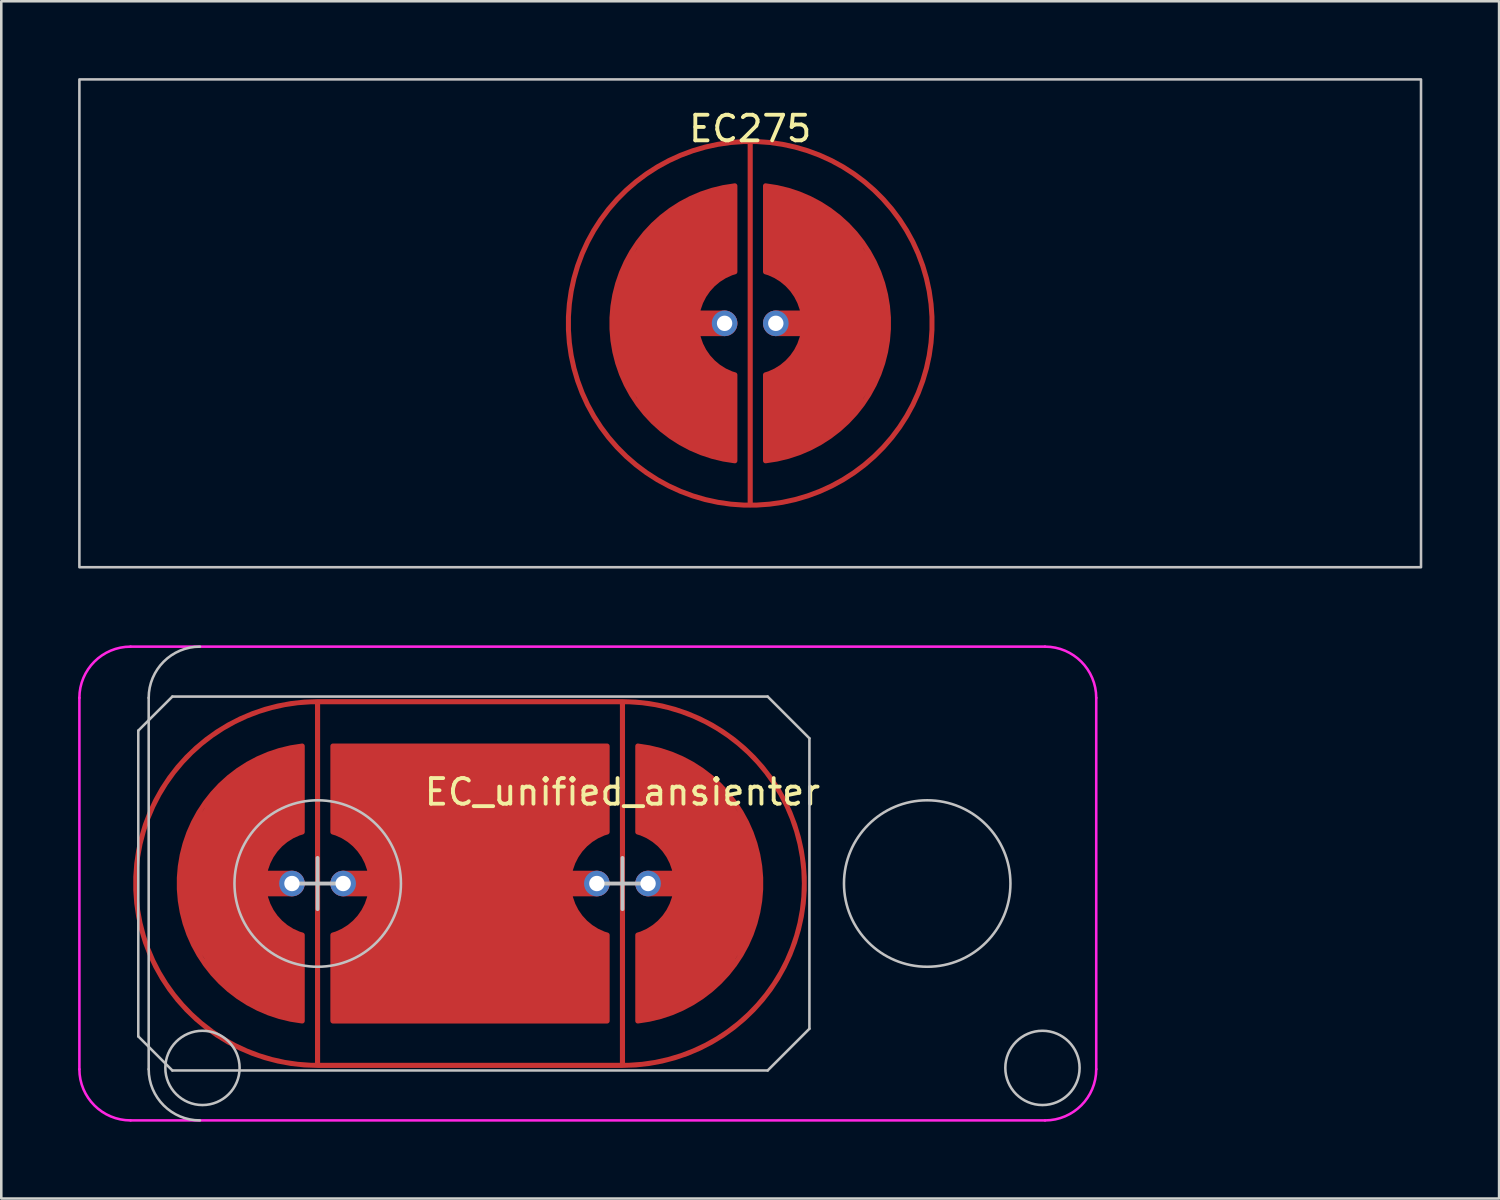
<source format=kicad_pcb>
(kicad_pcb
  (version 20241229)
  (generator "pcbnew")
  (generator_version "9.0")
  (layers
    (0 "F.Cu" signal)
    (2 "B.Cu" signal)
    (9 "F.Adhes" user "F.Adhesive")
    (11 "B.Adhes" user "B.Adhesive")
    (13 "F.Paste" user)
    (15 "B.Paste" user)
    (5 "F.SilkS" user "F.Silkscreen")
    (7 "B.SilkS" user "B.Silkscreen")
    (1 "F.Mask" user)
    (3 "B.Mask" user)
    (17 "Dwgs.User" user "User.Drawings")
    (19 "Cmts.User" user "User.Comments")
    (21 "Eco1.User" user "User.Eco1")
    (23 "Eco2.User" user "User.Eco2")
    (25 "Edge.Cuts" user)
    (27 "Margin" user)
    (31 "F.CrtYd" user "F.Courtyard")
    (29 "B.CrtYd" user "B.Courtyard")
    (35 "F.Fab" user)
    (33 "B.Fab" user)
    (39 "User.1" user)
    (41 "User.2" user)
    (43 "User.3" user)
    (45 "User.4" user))
  (footprint "EC275"
    (layer "F.Cu")
    (at 26.244 9.575)
    (property "Reference" "EC275" (at 0 -7.6 0) (layer "F.SilkS") (effects (font (size 1 1) (thickness 0.15))))
    (attr through_hole exclude_from_pos_files exclude_from_bom)
    (fp_rect (start -26.194 -9.525) (end 26.194 9.525) (stroke (width 0.1) (type solid)) (fill no) (layer "Dwgs.User"))
    (pad "" smd circle (at -1 0) (size 0.55 0.55) (layers "F.Mask"))
    (pad "" smd circle (at 1 0) (size 0.55 0.55) (layers "F.Mask"))
    (pad "1" smd custom (at 0 0 90) (size 0.2 0.2) (layers "F.Cu") (options (anchor circle)) (primitives (gr_line (start 7.1 0) (end -7.1 0) (width 0.2)) (gr_circle (center 0 0) (end 7.1 0) (width 0.2) (fill no))))
    (pad "2" smd custom (at -4.1 0) (size 0.2 0.2) (layers "F.Cu") (options (anchor circle)) (primitives (gr_poly (pts (xy 3.1 5.3) (xy 2.1 5) (xy 1.1 4.5) (xy 0.1 3.6) (xy -0.9 2) (xy -1.2 1) (xy -1.3 0) (xy -1.2 -1) (xy -0.9 -2) (xy 0.1 -3.6) (xy 1.1 -4.5) (xy 2.1 -5) (xy 3.1 -5.3) (xy 3.5 -5.367) (xy 3.5 -2.012) (xy 3.1 -1.8) (xy 2.2 -1) (xy 2 0) (xy 2.2 1) (xy 3.1 1.8) (xy 3.5 2.012) (xy 3.5 5.367)) (width 0) (fill yes)) (gr_line (start 3.1 0) (end 0.6 0) (width 1)) (gr_line (start 3.5 2.012) (end 3.5 5.367) (width 0.2)) (gr_line (start 3.5 -2.012) (end 3.5 -5.367) (width 0.2)) (gr_arc (start 3.5 5.366562) (mid -1.299999 0.001944) (end 3.496136 -5.366129) (width 0.2)) (gr_arc (start 3.5 2.01246) (mid 2.000002 0.001775) (end 3.496598 -2.011443) (width 0.2))))
    (pad "2" thru_hole circle (at -1 0) (size 1 1) (drill 0.6) (layers "*.Cu" "B.Mask"))
    (pad "3" thru_hole circle (at 1 0) (size 1 1) (drill 0.6) (layers "*.Cu" "B.Mask"))
    (pad "3" smd custom (at 4.1 0) (size 0.2 0.2) (layers "F.Cu") (options (anchor circle)) (primitives (gr_poly (pts (xy -3.1 -5.3) (xy -2.1 -5) (xy -1.1 -4.5) (xy -0.1 -3.6) (xy 0.9 -2) (xy 1.2 -1) (xy 1.3 0) (xy 1.2 1) (xy 0.9 2) (xy -0.1 3.6) (xy -1.1 4.5) (xy -2.1 5) (xy -3.5 5.367) (xy -3.5 2.012) (xy -3.1 1.8) (xy -2.2 1) (xy -2 0) (xy -2.2 -1) (xy -3.1 -1.8) (xy -3.5 -2.012) (xy -3.5 -5.367)) (width 0) (fill yes)) (gr_line (start -3.5 -2.012) (end -3.5 -5.367) (width 0.2)) (gr_arc (start -3.5 -2.01246) (mid -2.000002 -0.001775) (end -3.496598 2.011443) (width 0.2)) (gr_arc (start -3.5 -5.366562) (mid 1.299999 -0.001944) (end -3.496136 5.366129) (width 0.2)) (gr_line (start -3.5 2.012) (end -3.5 5.367) (width 0.2)) (gr_line (start -0.6 0) (end -3.1 0) (width 1))))
    (zone (net_name "") (layers "F.Cu" "B.Cu") (hatch edge 0.508) (connect_pads) (min_thickness 0.254) (filled_areas_thickness no) (keepout (tracks allowed) (vias allowed) (pads allowed) (copperpour not_allowed) (footprints allowed)) (placement (enabled no)) (fill) (polygon (pts (xy 27.244 2.575) (xy 28.244 2.775) (xy 29.244 3.175) (xy 30.244 3.675) (xy 31.244 4.575) (xy 32.144 5.575) (xy 32.644 6.575) (xy 33.044 7.575) (xy 33.244 8.575) (xy 33.344 9.575) (xy 33.244 10.575) (xy 33.044 11.575) (xy 32.644 12.575) (xy 32.244 13.375) (xy 31.244 14.675) (xy 30.244 15.475) (xy 29.244 16.075) (xy 28.244 16.375) (xy 27.244 16.575) (xy 26.244 16.675) (xy 25.244 16.575) (xy 24.244 16.375) (xy 23.244 15.975) (xy 22.244 15.475) (xy 21.244 14.575) (xy 20.344 13.575) (xy 19.844 12.575) (xy 19.444 11.575) (xy 19.244 10.575) (xy 19.144 9.575) (xy 19.244 8.575) (xy 19.444 7.675) (xy 19.844 6.575) (xy 20.344 5.575) (xy 21.144 4.575) (xy 22.244 3.675) (xy 23.244 3.175) (xy 24.244 2.775) (xy 25.244 2.575) (xy 26.244 2.475)))))
  (footprint "EC_unified_ansienter"
    (layer "F.Cu")
    (at 21.256 31.45)
    (property "Reference" "EC_unified_ansienter" (at 0 -3.572 0) (layer "F.SilkS") (effects (font (size 1 1) (thickness 0.15))))
    (attr through_hole)
    (fp_line (start -18.906 5.97) (end -18.906 -5.97) (stroke (width 0.1) (type solid)) (layer "Dwgs.User"))
    (fp_line (start -18.5 -7.25) (end -18.5 7.25) (stroke (width 0.1) (type solid)) (layer "Dwgs.User"))
    (fp_line (start -17.576 -7.3) (end -18.906 -5.97) (stroke (width 0.1) (type solid)) (layer "Dwgs.User"))
    (fp_line (start -17.576 -7.3) (end 5.67 -7.3) (stroke (width 0.1) (type solid)) (layer "Dwgs.User"))
    (fp_line (start -17.576 7.3) (end -18.906 5.97) (stroke (width 0.1) (type solid)) (layer "Dwgs.User"))
    (fp_line (start -11.906 -1) (end -11.906 1) (stroke (width 0.15) (type default)) (layer "Dwgs.User"))
    (fp_line (start -10.906 0) (end -12.906 0) (stroke (width 0.15) (type default)) (layer "Dwgs.User"))
    (fp_line (start 0 -1) (end 0 1) (stroke (width 0.15) (type default)) (layer "Dwgs.User"))
    (fp_line (start 1 0) (end -1 0) (stroke (width 0.15) (type default)) (layer "Dwgs.User"))
    (fp_line (start 5.67 -7.3) (end 7.3 -5.67) (stroke (width 0.1) (type solid)) (layer "Dwgs.User"))
    (fp_line (start 5.67 7.3) (end -17.576 7.3) (stroke (width 0.1) (type solid)) (layer "Dwgs.User"))
    (fp_line (start 7.3 -5.67) (end 7.3 5.67) (stroke (width 0.1) (type solid)) (layer "Dwgs.User"))
    (fp_line (start 7.3 5.67) (end 5.67 7.3) (stroke (width 0.1) (type solid)) (layer "Dwgs.User"))
    (fp_arc (start -18.5 -7.25) (mid -17.914214 -8.664214) (end -16.5 -9.25) (stroke (width 0.1) (type solid)) (layer "Dwgs.User"))
    (fp_arc (start -16.5 9.25) (mid -17.914214 8.664214) (end -18.5 7.25) (stroke (width 0.1) (type solid)) (layer "Dwgs.User"))
    (fp_circle (center -16.4 7.2) (end -14.95 7.2) (stroke (width 0.1) (type solid)) (fill no) (layer "Dwgs.User"))
    (fp_circle (center -11.9 0) (end -8.65 0) (stroke (width 0.1) (type solid)) (fill no) (layer "Dwgs.User"))
    (fp_circle (center 11.9 0) (end 15.15 0) (stroke (width 0.1) (type solid)) (fill no) (layer "Dwgs.User"))
    (fp_circle (center 16.4 7.2) (end 17.85 7.2) (stroke (width 0.1) (type solid)) (fill no) (layer "Dwgs.User"))
    (fp_line (start -21.206 7.25) (end -21.206 -7.25) (stroke (width 0.1) (type solid)) (layer "F.CrtYd"))
    (fp_line (start -19.206 -9.25) (end 16.5 -9.25) (stroke (width 0.1) (type solid)) (layer "F.CrtYd"))
    (fp_line (start -19.206 9.25) (end 16.5 9.25) (stroke (width 0.1) (type solid)) (layer "F.CrtYd"))
    (fp_line (start 18.5 -7.25) (end 18.5 7.25) (stroke (width 0.1) (type solid)) (layer "F.CrtYd"))
    (fp_arc (start -21.20625 -7.25) (mid -20.620464 -8.664214) (end -19.20625 -9.25) (stroke (width 0.1) (type solid)) (layer "F.CrtYd"))
    (fp_arc (start -19.20625 9.25) (mid -20.620464 8.664214) (end -21.20625 7.25) (stroke (width 0.1) (type solid)) (layer "F.CrtYd"))
    (fp_arc (start 16.5 -9.25) (mid 17.914214 -8.664214) (end 18.5 -7.25) (stroke (width 0.1) (type solid)) (layer "F.CrtYd"))
    (fp_arc (start 18.5 7.25) (mid 17.914214 8.664214) (end 16.5 9.25) (stroke (width 0.1) (type solid)) (layer "F.CrtYd"))
    (pad "" smd circle (at -12.906 0) (size 0.55 0.55) (layers "F.Mask"))
    (pad "" smd circle (at -10.906 0) (size 0.55 0.55) (layers "F.Mask"))
    (pad "" smd circle (at -1 0) (size 0.55 0.55) (layers "F.Mask"))
    (pad "" smd circle (at 1 0) (size 0.55 0.55) (layers "F.Mask"))
    (pad "1" smd custom (at 0 0 90) (size 0.2 0.2) (layers "F.Cu") (options (anchor circle)) (primitives (gr_line (start 7.1 0) (end -7.1 0) (width 0.2)) (gr_arc (start 7.1 0) (mid 0 7.1) (end -7.1 0) (width 0.2)) (gr_line (start 7.1 0) (end 7.1 -11.906) (width 0.2)) (gr_line (start 7.1 -11.906) (end -7.1 -11.906) (width 0.2)) (gr_arc (start -7.1 -11.90625) (mid 0 -19.00625) (end 7.1 -11.90625) (width 0.2)) (gr_line (start -7.1 0) (end -7.1 -11.906) (width 0.2))))
    (pad "2" smd custom (at -16.006 0) (size 0.2 0.2) (layers "F.Cu") (options (anchor circle)) (primitives (gr_poly (pts (xy 3.1 5.3) (xy 2.1 5) (xy 1.1 4.5) (xy 0.1 3.6) (xy -0.9 2) (xy -1.2 1) (xy -1.3 0) (xy -1.2 -1) (xy -0.9 -2) (xy 0.1 -3.6) (xy 1.1 -4.5) (xy 2.1 -5) (xy 3.1 -5.3) (xy 3.5 -5.367) (xy 3.5 -2.012) (xy 3.1 -1.8) (xy 2.2 -1) (xy 2 0) (xy 2.2 1) (xy 3.1 1.8) (xy 3.5 2.012) (xy 3.5 5.367)) (width 0) (fill yes)) (gr_line (start 3.1 0) (end 0.6 0) (width 1)) (gr_line (start 3.5 2.012) (end 3.5 5.367) (width 0.2)) (gr_line (start 3.5 -2.012) (end 3.5 -5.367) (width 0.2)) (gr_arc (start 3.5 5.366562) (mid -1.299999 0.001944) (end 3.496136 -5.366129) (width 0.2)) (gr_arc (start 3.5 2.01246) (mid 2.000002 0.001775) (end 3.496598 -2.011443) (width 0.2))))
    (pad "2" thru_hole circle (at -12.906 0) (size 1 1) (drill 0.6) (layers "*.Cu" "B.Mask"))
    (pad "3" thru_hole circle (at -10.906 0) (size 1 1) (drill 0.6) (layers "*.Cu" "B.Mask"))
    (pad "3" smd circle (at -5.8 0) (size 0.2 0.2) (layers "F.Cu"))
    (pad "3" smd custom (at -4.1 0) (size 0.2 0.2) (layers "F.Cu") (options (anchor circle)) (primitives (gr_poly (pts (xy -7.206 5.367) (xy -7.206 2.012) (xy -6.806 1.8) (xy -6.3 1.467) (xy -5.906 1) (xy -5.706 -0.002) (xy -5.906 -1) (xy -6.3 -1.433) (xy -6.806 -1.8) (xy -7.206 -2.012) (xy -7.206 -5.367) (xy 3.5 -5.367) (xy 3.5 -2.012) (xy 3.1 -1.8) (xy 2.2 -1) (xy 2 0) (xy 2.2 1) (xy 3.1 1.8) (xy 3.5 2.012) (xy 3.5 5.367)) (width 0) (fill yes)) (gr_line (start 3.1 0) (end 0.6 0) (width 1)) (gr_line (start 3.5 2.012) (end 3.5 5.367) (width 0.2)) (gr_line (start 3.5 -2.012) (end 3.5 -5.367) (width 0.2)) (gr_arc (start 3.5 2.01246) (mid 2.000002 0.001775) (end 3.496598 -2.011443) (width 0.2)) (gr_line (start -7.206 5.367) (end 3.5 5.367) (width 0.2)) (gr_poly (pts (xy -6.806 -5.3) (xy -5.806 -5) (xy -4.806 -4.5) (xy -3.806 -3.6) (xy -2.806 -2) (xy -2.506 -1) (xy -2.406 0) (xy -2.506 1) (xy -2.806 2) (xy -3.806 3.6) (xy -4.806 4.5) (xy -5.806 5) (xy -7.206 5.367) (xy -7.206 2.012) (xy -6.806 1.8) (xy -5.906 1) (xy -5.706 0) (xy -5.906 -1) (xy -6.806 -1.8) (xy -7.206 -2.012) (xy -7.206 -5.367)) (width 0) (fill yes)) (gr_line (start 3.5 2.012) (end 3.5 5.367) (width 0.2)) (gr_line (start -7.202 2.012) (end -7.202 5.366) (width 0.2)) (gr_line (start -7.206 -2.012) (end -7.206 -5.367) (width 0.2)) (gr_line (start -7.206 2.012) (end -7.206 5.367) (width 0.2)) (gr_line (start -4.306 0) (end -6.806 0) (width 1)) (gr_arc (start -7.20625 -2.01246) (mid -5.706252 -0.001775) (end -7.202848 2.011443) (width 0.2)) (gr_line (start -7.206 -2.012) (end -7.206 -5.367) (width 0.2)) (gr_line (start -7.206 -5.367) (end 3.5 -5.367) (width 0.2)) (gr_line (start 3.5 -2.012) (end 3.5 -5.367) (width 0.2))))
    (pad "3" thru_hole circle (at -1 0) (size 1 1) (drill 0.6) (layers "*.Cu" "B.Mask"))
    (pad "4" thru_hole circle (at 1 0) (size 1 1) (drill 0.6) (layers "*.Cu" "B.Mask"))
    (pad "4" smd custom (at 4.1 0) (size 0.2 0.2) (layers "F.Cu") (options (anchor circle)) (primitives (gr_poly (pts (xy -3.1 -5.3) (xy -2.1 -5) (xy -1.1 -4.5) (xy -0.1 -3.6) (xy 0.9 -2) (xy 1.2 -1) (xy 1.3 0) (xy 1.2 1) (xy 0.9 2) (xy -0.1 3.6) (xy -1.1 4.5) (xy -2.1 5) (xy -3.5 5.367) (xy -3.5 2.012) (xy -3.1 1.8) (xy -2.2 1) (xy -2 0) (xy -2.2 -1) (xy -3.1 -1.8) (xy -3.5 -2.012) (xy -3.5 -5.367)) (width 0) (fill yes)) (gr_line (start -3.5 -2.012) (end -3.5 -5.367) (width 0.2)) (gr_arc (start -3.5 -2.01246) (mid -2.000002 -0.001775) (end -3.496598 2.011443) (width 0.2)) (gr_arc (start -3.5 -5.366562) (mid 1.299999 -0.001944) (end -3.496136 5.366129) (width 0.2)) (gr_line (start -3.5 2.012) (end -3.5 5.367) (width 0.2)) (gr_line (start -0.6 0) (end -3.1 0) (width 1))))
    (zone (net_name "") (layer "F.Cu") (hatch edge 0.508) (connect_pads) (min_thickness 0.254) (filled_areas_thickness no) (keepout (tracks allowed) (vias allowed) (pads allowed) (copperpour not_allowed) (footprints allowed)) (placement (enabled no)) (fill) (polygon (pts (xy 21.256 24.35) (xy 22.256 24.45) (xy 23.156 24.65) (xy 24.256 25.05) (xy 25.256 25.55) (xy 26.256 26.35) (xy 27.156 27.45) (xy 27.656 28.45) (xy 28.056 29.45) (xy 28.256 30.45) (xy 28.356 31.45) (xy 28.256 32.45) (xy 28.056 33.45) (xy 27.656 34.45) (xy 27.156 35.45) (xy 26.256 36.45) (xy 25.256 37.35) (xy 24.256 37.85) (xy 23.256 38.25) (xy 22.256 38.45) (xy 21.256 38.55) (xy 9.35 38.55) (xy 8.35 38.45) (xy 7.35 38.25) (xy 6.35 37.85) (xy 5.55 37.45) (xy 4.25 36.45) (xy 3.45 35.45) (xy 2.85 34.45) (xy 2.55 33.45) (xy 2.35 32.45) (xy 2.25 31.45) (xy 2.35 30.45) (xy 2.55 29.45) (xy 2.95 28.45) (xy 3.45 27.45) (xy 4.35 26.45) (xy 5.35 25.55) (xy 6.35 25.05) (xy 7.35 24.65) (xy 8.35 24.45) (xy 9.35 24.35)))))
  (gr_rect
    (start -3 -3)
    (end 55.487 43.75)
    (stroke (width 0.1) (type default))
    (fill no)
    (layer "Edge.Cuts")))
</source>
